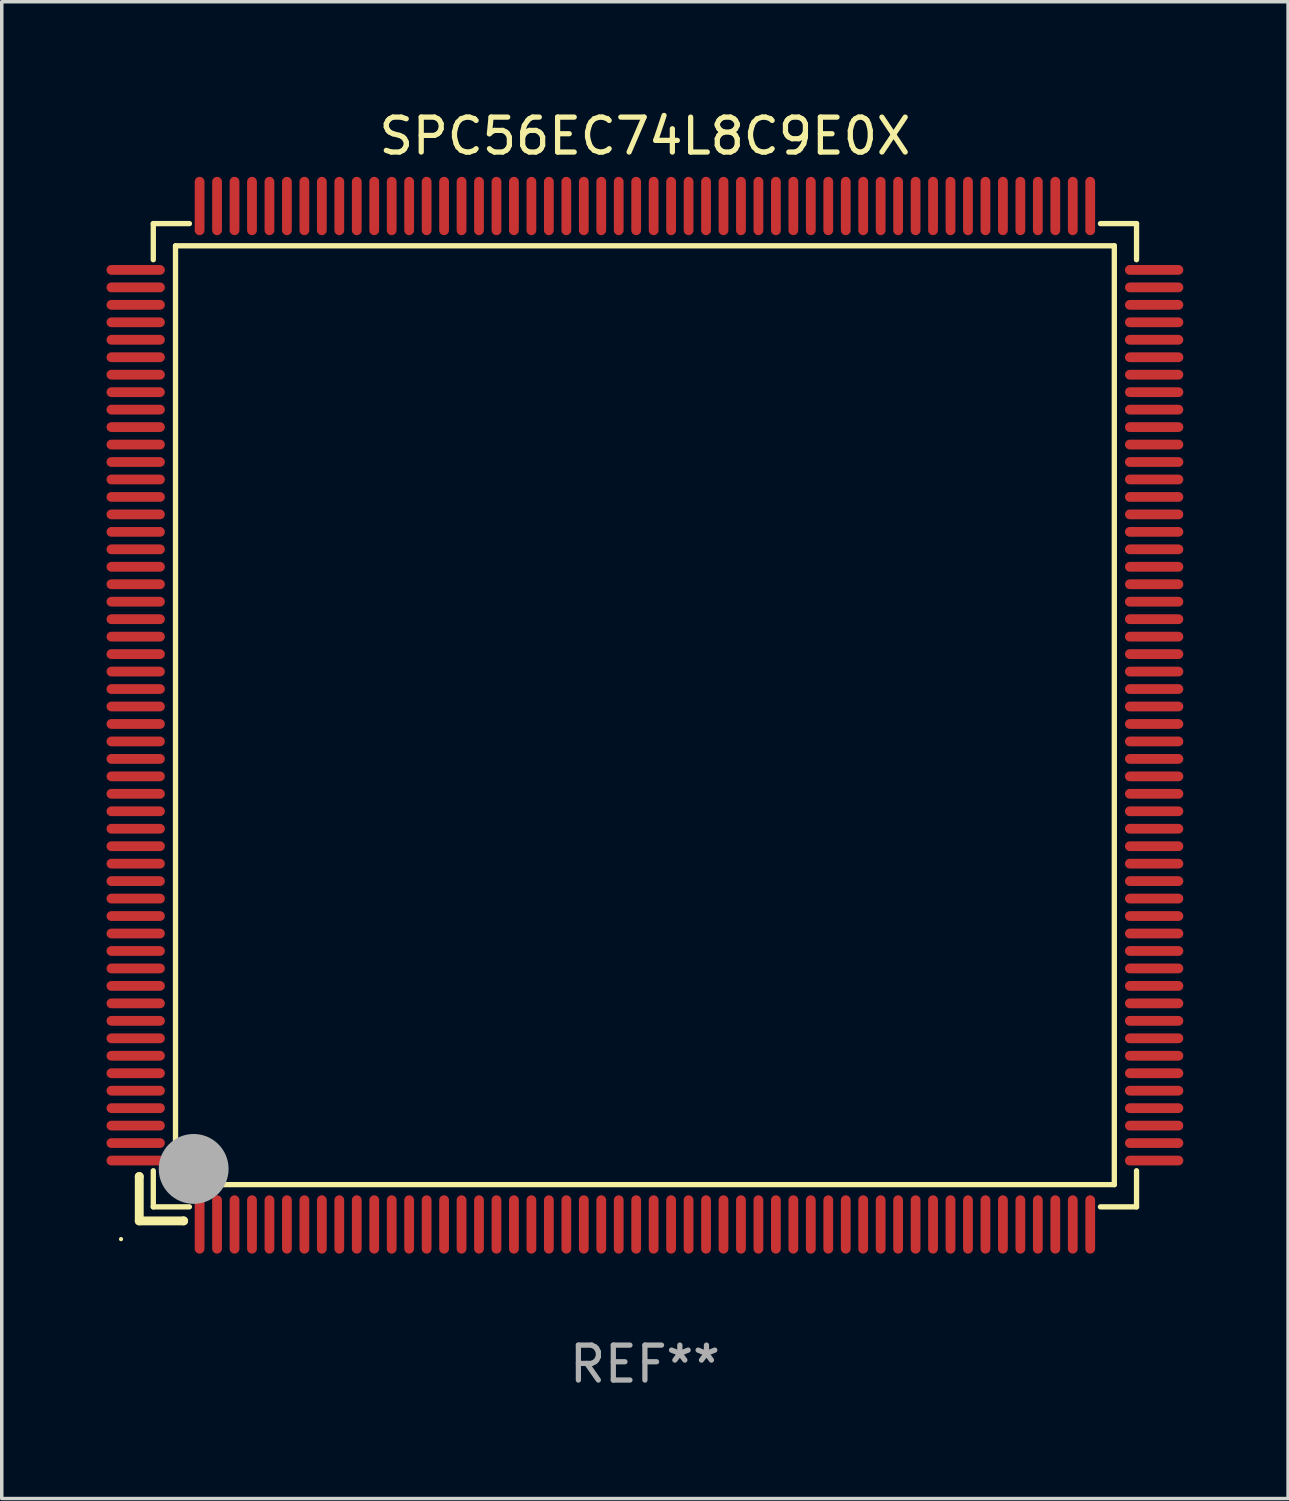
<source format=kicad_pcb>
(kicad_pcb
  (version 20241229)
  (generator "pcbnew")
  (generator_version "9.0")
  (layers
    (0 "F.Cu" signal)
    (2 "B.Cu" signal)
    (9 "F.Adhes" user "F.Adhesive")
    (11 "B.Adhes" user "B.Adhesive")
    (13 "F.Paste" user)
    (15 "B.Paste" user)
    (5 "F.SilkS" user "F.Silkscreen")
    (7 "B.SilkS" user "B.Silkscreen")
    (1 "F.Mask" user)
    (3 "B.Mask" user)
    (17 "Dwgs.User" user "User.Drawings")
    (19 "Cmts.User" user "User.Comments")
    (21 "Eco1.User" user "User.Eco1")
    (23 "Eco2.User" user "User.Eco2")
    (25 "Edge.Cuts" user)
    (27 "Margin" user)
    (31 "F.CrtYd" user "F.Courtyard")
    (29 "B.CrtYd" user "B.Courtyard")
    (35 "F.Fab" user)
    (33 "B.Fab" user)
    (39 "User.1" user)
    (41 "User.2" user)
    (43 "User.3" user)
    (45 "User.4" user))
  (footprint "SPC56EC74L8C9E0X"
    (layer "F.Cu")
    (at 15.415 17.428)
    (property "Reference" "SPC56EC74L8C9E0X" (at 0 -16.58 0) (layer "F.SilkS") (effects (font (size 1 1) (thickness 0.15))))
    (attr through_hole)
    (fp_line (start -14.478 13.208) (end -14.478 13.208) (stroke (width 0.254) (type solid)) (layer "F.SilkS"))
    (fp_line (start -14.478 13.208) (end -14.478 14.478) (stroke (width 0.254) (type solid)) (layer "F.SilkS"))
    (fp_line (start -14.478 14.478) (end -13.208 14.478) (stroke (width 0.254) (type solid)) (layer "F.SilkS"))
    (fp_line (start -14.076 -14.076) (end -14.076 -13.042) (stroke (width 0.152) (type solid)) (layer "F.SilkS"))
    (fp_line (start -14.076 14.076) (end -14.076 13.042) (stroke (width 0.152) (type solid)) (layer "F.SilkS"))
    (fp_line (start -13.44 -13.44) (end 13.44 -13.44) (stroke (width 0.152) (type solid)) (layer "F.SilkS"))
    (fp_line (start -13.44 13.44) (end -13.44 -13.44) (stroke (width 0.152) (type solid)) (layer "F.SilkS"))
    (fp_line (start -13.208 14.478) (end -13.208 14.478) (stroke (width 0.254) (type solid)) (layer "F.SilkS"))
    (fp_line (start -13.042 -14.076) (end -14.076 -14.076) (stroke (width 0.152) (type solid)) (layer "F.SilkS"))
    (fp_line (start -13.042 14.076) (end -14.076 14.076) (stroke (width 0.152) (type solid)) (layer "F.SilkS"))
    (fp_line (start 13.042 -14.076) (end 14.076 -14.076) (stroke (width 0.152) (type solid)) (layer "F.SilkS"))
    (fp_line (start 13.042 14.076) (end 14.076 14.076) (stroke (width 0.152) (type solid)) (layer "F.SilkS"))
    (fp_line (start 13.44 -13.44) (end 13.44 13.44) (stroke (width 0.152) (type solid)) (layer "F.SilkS"))
    (fp_line (start 13.44 13.44) (end -13.44 13.44) (stroke (width 0.152) (type solid)) (layer "F.SilkS"))
    (fp_line (start 14.076 -14.076) (end 14.076 -13.042) (stroke (width 0.152) (type solid)) (layer "F.SilkS"))
    (fp_line (start 14.076 14.076) (end 14.076 13.042) (stroke (width 0.152) (type solid)) (layer "F.SilkS"))
    (fp_circle (center -15 15) (end -14.97 15) (stroke (width 0.06) (type solid)) (fill no) (layer "F.SilkS"))
    (fp_circle (center -13.138 13.138) (end -13.063 13.138) (stroke (width 0.15) (type solid)) (fill no) (layer "F.SilkS"))
    (fp_circle (center -12.92 12.99) (end -12.42 12.99) (stroke (width 1) (type solid)) (fill no) (layer "F.Fab"))
    (fp_text user "REF**" (at 0 18.58 0) (layer "F.Fab") (effects (font (size 1 1) (thickness 0.15))))
    (pad "1" smd oval (at -12.75 14.58) (size 0.28 1.67) (layers "F.Cu" "F.Mask" "F.Paste"))
    (pad "2" smd oval (at -12.25 14.58) (size 0.28 1.67) (layers "F.Cu" "F.Mask" "F.Paste"))
    (pad "3" smd oval (at -11.75 14.58) (size 0.28 1.67) (layers "F.Cu" "F.Mask" "F.Paste"))
    (pad "4" smd oval (at -11.25 14.58) (size 0.28 1.67) (layers "F.Cu" "F.Mask" "F.Paste"))
    (pad "5" smd oval (at -10.75 14.58) (size 0.28 1.67) (layers "F.Cu" "F.Mask" "F.Paste"))
    (pad "6" smd oval (at -10.25 14.58) (size 0.28 1.67) (layers "F.Cu" "F.Mask" "F.Paste"))
    (pad "7" smd oval (at -9.75 14.58) (size 0.28 1.67) (layers "F.Cu" "F.Mask" "F.Paste"))
    (pad "8" smd oval (at -9.25 14.58) (size 0.28 1.67) (layers "F.Cu" "F.Mask" "F.Paste"))
    (pad "9" smd oval (at -8.75 14.58) (size 0.28 1.67) (layers "F.Cu" "F.Mask" "F.Paste"))
    (pad "10" smd oval (at -8.25 14.58) (size 0.28 1.67) (layers "F.Cu" "F.Mask" "F.Paste"))
    (pad "11" smd oval (at -7.75 14.58) (size 0.28 1.67) (layers "F.Cu" "F.Mask" "F.Paste"))
    (pad "12" smd oval (at -7.25 14.58) (size 0.28 1.67) (layers "F.Cu" "F.Mask" "F.Paste"))
    (pad "13" smd oval (at -6.75 14.58) (size 0.28 1.67) (layers "F.Cu" "F.Mask" "F.Paste"))
    (pad "14" smd oval (at -6.25 14.58) (size 0.28 1.67) (layers "F.Cu" "F.Mask" "F.Paste"))
    (pad "15" smd oval (at -5.75 14.58) (size 0.28 1.67) (layers "F.Cu" "F.Mask" "F.Paste"))
    (pad "16" smd oval (at -5.25 14.58) (size 0.28 1.67) (layers "F.Cu" "F.Mask" "F.Paste"))
    (pad "17" smd oval (at -4.75 14.58) (size 0.28 1.67) (layers "F.Cu" "F.Mask" "F.Paste"))
    (pad "18" smd oval (at -4.25 14.58) (size 0.28 1.67) (layers "F.Cu" "F.Mask" "F.Paste"))
    (pad "19" smd oval (at -3.75 14.58) (size 0.28 1.67) (layers "F.Cu" "F.Mask" "F.Paste"))
    (pad "20" smd oval (at -3.25 14.58) (size 0.28 1.67) (layers "F.Cu" "F.Mask" "F.Paste"))
    (pad "21" smd oval (at -2.75 14.58) (size 0.28 1.67) (layers "F.Cu" "F.Mask" "F.Paste"))
    (pad "22" smd oval (at -2.25 14.58) (size 0.28 1.67) (layers "F.Cu" "F.Mask" "F.Paste"))
    (pad "23" smd oval (at -1.75 14.58) (size 0.28 1.67) (layers "F.Cu" "F.Mask" "F.Paste"))
    (pad "24" smd oval (at -1.25 14.58) (size 0.28 1.67) (layers "F.Cu" "F.Mask" "F.Paste"))
    (pad "25" smd oval (at -0.75 14.58) (size 0.28 1.67) (layers "F.Cu" "F.Mask" "F.Paste"))
    (pad "26" smd oval (at -0.25 14.58) (size 0.28 1.67) (layers "F.Cu" "F.Mask" "F.Paste"))
    (pad "27" smd oval (at 0.25 14.58) (size 0.28 1.67) (layers "F.Cu" "F.Mask" "F.Paste"))
    (pad "28" smd oval (at 0.75 14.58) (size 0.28 1.67) (layers "F.Cu" "F.Mask" "F.Paste"))
    (pad "29" smd oval (at 1.25 14.58) (size 0.28 1.67) (layers "F.Cu" "F.Mask" "F.Paste"))
    (pad "30" smd oval (at 1.75 14.58) (size 0.28 1.67) (layers "F.Cu" "F.Mask" "F.Paste"))
    (pad "31" smd oval (at 2.25 14.58) (size 0.28 1.67) (layers "F.Cu" "F.Mask" "F.Paste"))
    (pad "32" smd oval (at 2.75 14.58) (size 0.28 1.67) (layers "F.Cu" "F.Mask" "F.Paste"))
    (pad "33" smd oval (at 3.25 14.58) (size 0.28 1.67) (layers "F.Cu" "F.Mask" "F.Paste"))
    (pad "34" smd oval (at 3.75 14.58) (size 0.28 1.67) (layers "F.Cu" "F.Mask" "F.Paste"))
    (pad "35" smd oval (at 4.25 14.58) (size 0.28 1.67) (layers "F.Cu" "F.Mask" "F.Paste"))
    (pad "36" smd oval (at 4.75 14.58) (size 0.28 1.67) (layers "F.Cu" "F.Mask" "F.Paste"))
    (pad "37" smd oval (at 5.25 14.58) (size 0.28 1.67) (layers "F.Cu" "F.Mask" "F.Paste"))
    (pad "38" smd oval (at 5.75 14.58) (size 0.28 1.67) (layers "F.Cu" "F.Mask" "F.Paste"))
    (pad "39" smd oval (at 6.25 14.58) (size 0.28 1.67) (layers "F.Cu" "F.Mask" "F.Paste"))
    (pad "40" smd oval (at 6.75 14.58) (size 0.28 1.67) (layers "F.Cu" "F.Mask" "F.Paste"))
    (pad "41" smd oval (at 7.25 14.58) (size 0.28 1.67) (layers "F.Cu" "F.Mask" "F.Paste"))
    (pad "42" smd oval (at 7.75 14.58) (size 0.28 1.67) (layers "F.Cu" "F.Mask" "F.Paste"))
    (pad "43" smd oval (at 8.25 14.58) (size 0.28 1.67) (layers "F.Cu" "F.Mask" "F.Paste"))
    (pad "44" smd oval (at 8.75 14.58) (size 0.28 1.67) (layers "F.Cu" "F.Mask" "F.Paste"))
    (pad "45" smd oval (at 9.25 14.58) (size 0.28 1.67) (layers "F.Cu" "F.Mask" "F.Paste"))
    (pad "46" smd oval (at 9.75 14.58) (size 0.28 1.67) (layers "F.Cu" "F.Mask" "F.Paste"))
    (pad "47" smd oval (at 10.25 14.58) (size 0.28 1.67) (layers "F.Cu" "F.Mask" "F.Paste"))
    (pad "48" smd oval (at 10.75 14.58) (size 0.28 1.67) (layers "F.Cu" "F.Mask" "F.Paste"))
    (pad "49" smd oval (at 11.25 14.58) (size 0.28 1.67) (layers "F.Cu" "F.Mask" "F.Paste"))
    (pad "50" smd oval (at 11.75 14.58) (size 0.28 1.67) (layers "F.Cu" "F.Mask" "F.Paste"))
    (pad "51" smd oval (at 12.25 14.58) (size 0.28 1.67) (layers "F.Cu" "F.Mask" "F.Paste"))
    (pad "52" smd oval (at 12.75 14.58) (size 0.28 1.67) (layers "F.Cu" "F.Mask" "F.Paste"))
    (pad "53" smd oval (at 14.58 12.75) (size 1.67 0.28) (layers "F.Cu" "F.Mask" "F.Paste"))
    (pad "54" smd oval (at 14.58 12.25) (size 1.67 0.28) (layers "F.Cu" "F.Mask" "F.Paste"))
    (pad "55" smd oval (at 14.58 11.75) (size 1.67 0.28) (layers "F.Cu" "F.Mask" "F.Paste"))
    (pad "56" smd oval (at 14.58 11.25) (size 1.67 0.28) (layers "F.Cu" "F.Mask" "F.Paste"))
    (pad "57" smd oval (at 14.58 10.75) (size 1.67 0.28) (layers "F.Cu" "F.Mask" "F.Paste"))
    (pad "58" smd oval (at 14.58 10.25) (size 1.67 0.28) (layers "F.Cu" "F.Mask" "F.Paste"))
    (pad "59" smd oval (at 14.58 9.75) (size 1.67 0.28) (layers "F.Cu" "F.Mask" "F.Paste"))
    (pad "60" smd oval (at 14.58 9.25) (size 1.67 0.28) (layers "F.Cu" "F.Mask" "F.Paste"))
    (pad "61" smd oval (at 14.58 8.75) (size 1.67 0.28) (layers "F.Cu" "F.Mask" "F.Paste"))
    (pad "62" smd oval (at 14.58 8.25) (size 1.67 0.28) (layers "F.Cu" "F.Mask" "F.Paste"))
    (pad "63" smd oval (at 14.58 7.75) (size 1.67 0.28) (layers "F.Cu" "F.Mask" "F.Paste"))
    (pad "64" smd oval (at 14.58 7.25) (size 1.67 0.28) (layers "F.Cu" "F.Mask" "F.Paste"))
    (pad "65" smd oval (at 14.58 6.75) (size 1.67 0.28) (layers "F.Cu" "F.Mask" "F.Paste"))
    (pad "66" smd oval (at 14.58 6.25) (size 1.67 0.28) (layers "F.Cu" "F.Mask" "F.Paste"))
    (pad "67" smd oval (at 14.58 5.75) (size 1.67 0.28) (layers "F.Cu" "F.Mask" "F.Paste"))
    (pad "68" smd oval (at 14.58 5.25) (size 1.67 0.28) (layers "F.Cu" "F.Mask" "F.Paste"))
    (pad "69" smd oval (at 14.58 4.75) (size 1.67 0.28) (layers "F.Cu" "F.Mask" "F.Paste"))
    (pad "70" smd oval (at 14.58 4.25) (size 1.67 0.28) (layers "F.Cu" "F.Mask" "F.Paste"))
    (pad "71" smd oval (at 14.58 3.75) (size 1.67 0.28) (layers "F.Cu" "F.Mask" "F.Paste"))
    (pad "72" smd oval (at 14.58 3.25) (size 1.67 0.28) (layers "F.Cu" "F.Mask" "F.Paste"))
    (pad "73" smd oval (at 14.58 2.75) (size 1.67 0.28) (layers "F.Cu" "F.Mask" "F.Paste"))
    (pad "74" smd oval (at 14.58 2.25) (size 1.67 0.28) (layers "F.Cu" "F.Mask" "F.Paste"))
    (pad "75" smd oval (at 14.58 1.75) (size 1.67 0.28) (layers "F.Cu" "F.Mask" "F.Paste"))
    (pad "76" smd oval (at 14.58 1.25) (size 1.67 0.28) (layers "F.Cu" "F.Mask" "F.Paste"))
    (pad "77" smd oval (at 14.58 0.75) (size 1.67 0.28) (layers "F.Cu" "F.Mask" "F.Paste"))
    (pad "78" smd oval (at 14.58 0.25) (size 1.67 0.28) (layers "F.Cu" "F.Mask" "F.Paste"))
    (pad "79" smd oval (at 14.58 -0.25) (size 1.67 0.28) (layers "F.Cu" "F.Mask" "F.Paste"))
    (pad "80" smd oval (at 14.58 -0.75) (size 1.67 0.28) (layers "F.Cu" "F.Mask" "F.Paste"))
    (pad "81" smd oval (at 14.58 -1.25) (size 1.67 0.28) (layers "F.Cu" "F.Mask" "F.Paste"))
    (pad "82" smd oval (at 14.58 -1.75) (size 1.67 0.28) (layers "F.Cu" "F.Mask" "F.Paste"))
    (pad "83" smd oval (at 14.58 -2.25) (size 1.67 0.28) (layers "F.Cu" "F.Mask" "F.Paste"))
    (pad "84" smd oval (at 14.58 -2.75) (size 1.67 0.28) (layers "F.Cu" "F.Mask" "F.Paste"))
    (pad "85" smd oval (at 14.58 -3.25) (size 1.67 0.28) (layers "F.Cu" "F.Mask" "F.Paste"))
    (pad "86" smd oval (at 14.58 -3.75) (size 1.67 0.28) (layers "F.Cu" "F.Mask" "F.Paste"))
    (pad "87" smd oval (at 14.58 -4.25) (size 1.67 0.28) (layers "F.Cu" "F.Mask" "F.Paste"))
    (pad "88" smd oval (at 14.58 -4.75) (size 1.67 0.28) (layers "F.Cu" "F.Mask" "F.Paste"))
    (pad "89" smd oval (at 14.58 -5.25) (size 1.67 0.28) (layers "F.Cu" "F.Mask" "F.Paste"))
    (pad "90" smd oval (at 14.58 -5.75) (size 1.67 0.28) (layers "F.Cu" "F.Mask" "F.Paste"))
    (pad "91" smd oval (at 14.58 -6.25) (size 1.67 0.28) (layers "F.Cu" "F.Mask" "F.Paste"))
    (pad "92" smd oval (at 14.58 -6.75) (size 1.67 0.28) (layers "F.Cu" "F.Mask" "F.Paste"))
    (pad "93" smd oval (at 14.58 -7.25) (size 1.67 0.28) (layers "F.Cu" "F.Mask" "F.Paste"))
    (pad "94" smd oval (at 14.58 -7.75) (size 1.67 0.28) (layers "F.Cu" "F.Mask" "F.Paste"))
    (pad "95" smd oval (at 14.58 -8.25) (size 1.67 0.28) (layers "F.Cu" "F.Mask" "F.Paste"))
    (pad "96" smd oval (at 14.58 -8.75) (size 1.67 0.28) (layers "F.Cu" "F.Mask" "F.Paste"))
    (pad "97" smd oval (at 14.58 -9.25) (size 1.67 0.28) (layers "F.Cu" "F.Mask" "F.Paste"))
    (pad "98" smd oval (at 14.58 -9.75) (size 1.67 0.28) (layers "F.Cu" "F.Mask" "F.Paste"))
    (pad "99" smd oval (at 14.58 -10.25) (size 1.67 0.28) (layers "F.Cu" "F.Mask" "F.Paste"))
    (pad "100" smd oval (at 14.58 -10.75) (size 1.67 0.28) (layers "F.Cu" "F.Mask" "F.Paste"))
    (pad "101" smd oval (at 14.58 -11.25) (size 1.67 0.28) (layers "F.Cu" "F.Mask" "F.Paste"))
    (pad "102" smd oval (at 14.58 -11.75) (size 1.67 0.28) (layers "F.Cu" "F.Mask" "F.Paste"))
    (pad "103" smd oval (at 14.58 -12.25) (size 1.67 0.28) (layers "F.Cu" "F.Mask" "F.Paste"))
    (pad "104" smd oval (at 14.58 -12.75) (size 1.67 0.28) (layers "F.Cu" "F.Mask" "F.Paste"))
    (pad "105" smd oval (at 12.75 -14.58) (size 0.28 1.67) (layers "F.Cu" "F.Mask" "F.Paste"))
    (pad "106" smd oval (at 12.25 -14.58) (size 0.28 1.67) (layers "F.Cu" "F.Mask" "F.Paste"))
    (pad "107" smd oval (at 11.75 -14.58) (size 0.28 1.67) (layers "F.Cu" "F.Mask" "F.Paste"))
    (pad "108" smd oval (at 11.25 -14.58) (size 0.28 1.67) (layers "F.Cu" "F.Mask" "F.Paste"))
    (pad "109" smd oval (at 10.75 -14.58) (size 0.28 1.67) (layers "F.Cu" "F.Mask" "F.Paste"))
    (pad "110" smd oval (at 10.25 -14.58) (size 0.28 1.67) (layers "F.Cu" "F.Mask" "F.Paste"))
    (pad "111" smd oval (at 9.75 -14.58) (size 0.28 1.67) (layers "F.Cu" "F.Mask" "F.Paste"))
    (pad "112" smd oval (at 9.25 -14.58) (size 0.28 1.67) (layers "F.Cu" "F.Mask" "F.Paste"))
    (pad "113" smd oval (at 8.75 -14.58) (size 0.28 1.67) (layers "F.Cu" "F.Mask" "F.Paste"))
    (pad "114" smd oval (at 8.25 -14.58) (size 0.28 1.67) (layers "F.Cu" "F.Mask" "F.Paste"))
    (pad "115" smd oval (at 7.75 -14.58) (size 0.28 1.67) (layers "F.Cu" "F.Mask" "F.Paste"))
    (pad "116" smd oval (at 7.25 -14.58) (size 0.28 1.67) (layers "F.Cu" "F.Mask" "F.Paste"))
    (pad "117" smd oval (at 6.75 -14.58) (size 0.28 1.67) (layers "F.Cu" "F.Mask" "F.Paste"))
    (pad "118" smd oval (at 6.25 -14.58) (size 0.28 1.67) (layers "F.Cu" "F.Mask" "F.Paste"))
    (pad "119" smd oval (at 5.75 -14.58) (size 0.28 1.67) (layers "F.Cu" "F.Mask" "F.Paste"))
    (pad "120" smd oval (at 5.25 -14.58) (size 0.28 1.67) (layers "F.Cu" "F.Mask" "F.Paste"))
    (pad "121" smd oval (at 4.75 -14.58) (size 0.28 1.67) (layers "F.Cu" "F.Mask" "F.Paste"))
    (pad "122" smd oval (at 4.25 -14.58) (size 0.28 1.67) (layers "F.Cu" "F.Mask" "F.Paste"))
    (pad "123" smd oval (at 3.75 -14.58) (size 0.28 1.67) (layers "F.Cu" "F.Mask" "F.Paste"))
    (pad "124" smd oval (at 3.25 -14.58) (size 0.28 1.67) (layers "F.Cu" "F.Mask" "F.Paste"))
    (pad "125" smd oval (at 2.75 -14.58) (size 0.28 1.67) (layers "F.Cu" "F.Mask" "F.Paste"))
    (pad "126" smd oval (at 2.25 -14.58) (size 0.28 1.67) (layers "F.Cu" "F.Mask" "F.Paste"))
    (pad "127" smd oval (at 1.75 -14.58) (size 0.28 1.67) (layers "F.Cu" "F.Mask" "F.Paste"))
    (pad "128" smd oval (at 1.25 -14.58) (size 0.28 1.67) (layers "F.Cu" "F.Mask" "F.Paste"))
    (pad "129" smd oval (at 0.75 -14.58) (size 0.28 1.67) (layers "F.Cu" "F.Mask" "F.Paste"))
    (pad "130" smd oval (at 0.25 -14.58) (size 0.28 1.67) (layers "F.Cu" "F.Mask" "F.Paste"))
    (pad "131" smd oval (at -0.25 -14.58) (size 0.28 1.67) (layers "F.Cu" "F.Mask" "F.Paste"))
    (pad "132" smd oval (at -0.75 -14.58) (size 0.28 1.67) (layers "F.Cu" "F.Mask" "F.Paste"))
    (pad "133" smd oval (at -1.25 -14.58) (size 0.28 1.67) (layers "F.Cu" "F.Mask" "F.Paste"))
    (pad "134" smd oval (at -1.75 -14.58) (size 0.28 1.67) (layers "F.Cu" "F.Mask" "F.Paste"))
    (pad "135" smd oval (at -2.25 -14.58) (size 0.28 1.67) (layers "F.Cu" "F.Mask" "F.Paste"))
    (pad "136" smd oval (at -2.75 -14.58) (size 0.28 1.67) (layers "F.Cu" "F.Mask" "F.Paste"))
    (pad "137" smd oval (at -3.25 -14.58) (size 0.28 1.67) (layers "F.Cu" "F.Mask" "F.Paste"))
    (pad "138" smd oval (at -3.75 -14.58) (size 0.28 1.67) (layers "F.Cu" "F.Mask" "F.Paste"))
    (pad "139" smd oval (at -4.25 -14.58) (size 0.28 1.67) (layers "F.Cu" "F.Mask" "F.Paste"))
    (pad "140" smd oval (at -4.75 -14.58) (size 0.28 1.67) (layers "F.Cu" "F.Mask" "F.Paste"))
    (pad "141" smd oval (at -5.25 -14.58) (size 0.28 1.67) (layers "F.Cu" "F.Mask" "F.Paste"))
    (pad "142" smd oval (at -5.75 -14.58) (size 0.28 1.67) (layers "F.Cu" "F.Mask" "F.Paste"))
    (pad "143" smd oval (at -6.25 -14.58) (size 0.28 1.67) (layers "F.Cu" "F.Mask" "F.Paste"))
    (pad "144" smd oval (at -6.75 -14.58) (size 0.28 1.67) (layers "F.Cu" "F.Mask" "F.Paste"))
    (pad "145" smd oval (at -7.25 -14.58) (size 0.28 1.67) (layers "F.Cu" "F.Mask" "F.Paste"))
    (pad "146" smd oval (at -7.75 -14.58) (size 0.28 1.67) (layers "F.Cu" "F.Mask" "F.Paste"))
    (pad "147" smd oval (at -8.25 -14.58) (size 0.28 1.67) (layers "F.Cu" "F.Mask" "F.Paste"))
    (pad "148" smd oval (at -8.75 -14.58) (size 0.28 1.67) (layers "F.Cu" "F.Mask" "F.Paste"))
    (pad "149" smd oval (at -9.25 -14.58) (size 0.28 1.67) (layers "F.Cu" "F.Mask" "F.Paste"))
    (pad "150" smd oval (at -9.75 -14.58) (size 0.28 1.67) (layers "F.Cu" "F.Mask" "F.Paste"))
    (pad "151" smd oval (at -10.25 -14.58) (size 0.28 1.67) (layers "F.Cu" "F.Mask" "F.Paste"))
    (pad "152" smd oval (at -10.75 -14.58) (size 0.28 1.67) (layers "F.Cu" "F.Mask" "F.Paste"))
    (pad "153" smd oval (at -11.25 -14.58) (size 0.28 1.67) (layers "F.Cu" "F.Mask" "F.Paste"))
    (pad "154" smd oval (at -11.75 -14.58) (size 0.28 1.67) (layers "F.Cu" "F.Mask" "F.Paste"))
    (pad "155" smd oval (at -12.25 -14.58) (size 0.28 1.67) (layers "F.Cu" "F.Mask" "F.Paste"))
    (pad "156" smd oval (at -12.75 -14.58) (size 0.28 1.67) (layers "F.Cu" "F.Mask" "F.Paste"))
    (pad "157" smd oval (at -14.58 -12.75) (size 1.67 0.28) (layers "F.Cu" "F.Mask" "F.Paste"))
    (pad "158" smd oval (at -14.58 -12.25) (size 1.67 0.28) (layers "F.Cu" "F.Mask" "F.Paste"))
    (pad "159" smd oval (at -14.58 -11.75) (size 1.67 0.28) (layers "F.Cu" "F.Mask" "F.Paste"))
    (pad "160" smd oval (at -14.58 -11.25) (size 1.67 0.28) (layers "F.Cu" "F.Mask" "F.Paste"))
    (pad "161" smd oval (at -14.58 -10.75) (size 1.67 0.28) (layers "F.Cu" "F.Mask" "F.Paste"))
    (pad "162" smd oval (at -14.58 -10.25) (size 1.67 0.28) (layers "F.Cu" "F.Mask" "F.Paste"))
    (pad "163" smd oval (at -14.58 -9.75) (size 1.67 0.28) (layers "F.Cu" "F.Mask" "F.Paste"))
    (pad "164" smd oval (at -14.58 -9.25) (size 1.67 0.28) (layers "F.Cu" "F.Mask" "F.Paste"))
    (pad "165" smd oval (at -14.58 -8.75) (size 1.67 0.28) (layers "F.Cu" "F.Mask" "F.Paste"))
    (pad "166" smd oval (at -14.58 -8.25) (size 1.67 0.28) (layers "F.Cu" "F.Mask" "F.Paste"))
    (pad "167" smd oval (at -14.58 -7.75) (size 1.67 0.28) (layers "F.Cu" "F.Mask" "F.Paste"))
    (pad "168" smd oval (at -14.58 -7.25) (size 1.67 0.28) (layers "F.Cu" "F.Mask" "F.Paste"))
    (pad "169" smd oval (at -14.58 -6.75) (size 1.67 0.28) (layers "F.Cu" "F.Mask" "F.Paste"))
    (pad "170" smd oval (at -14.58 -6.25) (size 1.67 0.28) (layers "F.Cu" "F.Mask" "F.Paste"))
    (pad "171" smd oval (at -14.58 -5.75) (size 1.67 0.28) (layers "F.Cu" "F.Mask" "F.Paste"))
    (pad "172" smd oval (at -14.58 -5.25) (size 1.67 0.28) (layers "F.Cu" "F.Mask" "F.Paste"))
    (pad "173" smd oval (at -14.58 -4.75) (size 1.67 0.28) (layers "F.Cu" "F.Mask" "F.Paste"))
    (pad "174" smd oval (at -14.58 -4.25) (size 1.67 0.28) (layers "F.Cu" "F.Mask" "F.Paste"))
    (pad "175" smd oval (at -14.58 -3.75) (size 1.67 0.28) (layers "F.Cu" "F.Mask" "F.Paste"))
    (pad "176" smd oval (at -14.58 -3.25) (size 1.67 0.28) (layers "F.Cu" "F.Mask" "F.Paste"))
    (pad "177" smd oval (at -14.58 -2.75) (size 1.67 0.28) (layers "F.Cu" "F.Mask" "F.Paste"))
    (pad "178" smd oval (at -14.58 -2.25) (size 1.67 0.28) (layers "F.Cu" "F.Mask" "F.Paste"))
    (pad "179" smd oval (at -14.58 -1.75) (size 1.67 0.28) (layers "F.Cu" "F.Mask" "F.Paste"))
    (pad "180" smd oval (at -14.58 -1.25) (size 1.67 0.28) (layers "F.Cu" "F.Mask" "F.Paste"))
    (pad "181" smd oval (at -14.58 -0.75) (size 1.67 0.28) (layers "F.Cu" "F.Mask" "F.Paste"))
    (pad "182" smd oval (at -14.58 -0.25) (size 1.67 0.28) (layers "F.Cu" "F.Mask" "F.Paste"))
    (pad "183" smd oval (at -14.58 0.25) (size 1.67 0.28) (layers "F.Cu" "F.Mask" "F.Paste"))
    (pad "184" smd oval (at -14.58 0.75) (size 1.67 0.28) (layers "F.Cu" "F.Mask" "F.Paste"))
    (pad "185" smd oval (at -14.58 1.25) (size 1.67 0.28) (layers "F.Cu" "F.Mask" "F.Paste"))
    (pad "186" smd oval (at -14.58 1.75) (size 1.67 0.28) (layers "F.Cu" "F.Mask" "F.Paste"))
    (pad "187" smd oval (at -14.58 2.25) (size 1.67 0.28) (layers "F.Cu" "F.Mask" "F.Paste"))
    (pad "188" smd oval (at -14.58 2.75) (size 1.67 0.28) (layers "F.Cu" "F.Mask" "F.Paste"))
    (pad "189" smd oval (at -14.58 3.25) (size 1.67 0.28) (layers "F.Cu" "F.Mask" "F.Paste"))
    (pad "190" smd oval (at -14.58 3.75) (size 1.67 0.28) (layers "F.Cu" "F.Mask" "F.Paste"))
    (pad "191" smd oval (at -14.58 4.25) (size 1.67 0.28) (layers "F.Cu" "F.Mask" "F.Paste"))
    (pad "192" smd oval (at -14.58 4.75) (size 1.67 0.28) (layers "F.Cu" "F.Mask" "F.Paste"))
    (pad "193" smd oval (at -14.58 5.25) (size 1.67 0.28) (layers "F.Cu" "F.Mask" "F.Paste"))
    (pad "194" smd oval (at -14.58 5.75) (size 1.67 0.28) (layers "F.Cu" "F.Mask" "F.Paste"))
    (pad "195" smd oval (at -14.58 6.25) (size 1.67 0.28) (layers "F.Cu" "F.Mask" "F.Paste"))
    (pad "196" smd oval (at -14.58 6.75) (size 1.67 0.28) (layers "F.Cu" "F.Mask" "F.Paste"))
    (pad "197" smd oval (at -14.58 7.25) (size 1.67 0.28) (layers "F.Cu" "F.Mask" "F.Paste"))
    (pad "198" smd oval (at -14.58 7.75) (size 1.67 0.28) (layers "F.Cu" "F.Mask" "F.Paste"))
    (pad "199" smd oval (at -14.58 8.25) (size 1.67 0.28) (layers "F.Cu" "F.Mask" "F.Paste"))
    (pad "200" smd oval (at -14.58 8.75) (size 1.67 0.28) (layers "F.Cu" "F.Mask" "F.Paste"))
    (pad "201" smd oval (at -14.58 9.25) (size 1.67 0.28) (layers "F.Cu" "F.Mask" "F.Paste"))
    (pad "202" smd oval (at -14.58 9.75) (size 1.67 0.28) (layers "F.Cu" "F.Mask" "F.Paste"))
    (pad "203" smd oval (at -14.58 10.25) (size 1.67 0.28) (layers "F.Cu" "F.Mask" "F.Paste"))
    (pad "204" smd oval (at -14.58 10.75) (size 1.67 0.28) (layers "F.Cu" "F.Mask" "F.Paste"))
    (pad "205" smd oval (at -14.58 11.25) (size 1.67 0.28) (layers "F.Cu" "F.Mask" "F.Paste"))
    (pad "206" smd oval (at -14.58 11.75) (size 1.67 0.28) (layers "F.Cu" "F.Mask" "F.Paste"))
    (pad "207" smd oval (at -14.58 12.25) (size 1.67 0.28) (layers "F.Cu" "F.Mask" "F.Paste"))
    (pad "208" smd oval (at -14.58 12.75) (size 1.67 0.28) (layers "F.Cu" "F.Mask" "F.Paste")))
  (gr_rect
    (start -3 -3)
    (end 33.83 39.856)
    (stroke (width 0.1) (type default))
    (fill no)
    (layer "Edge.Cuts")))
</source>
